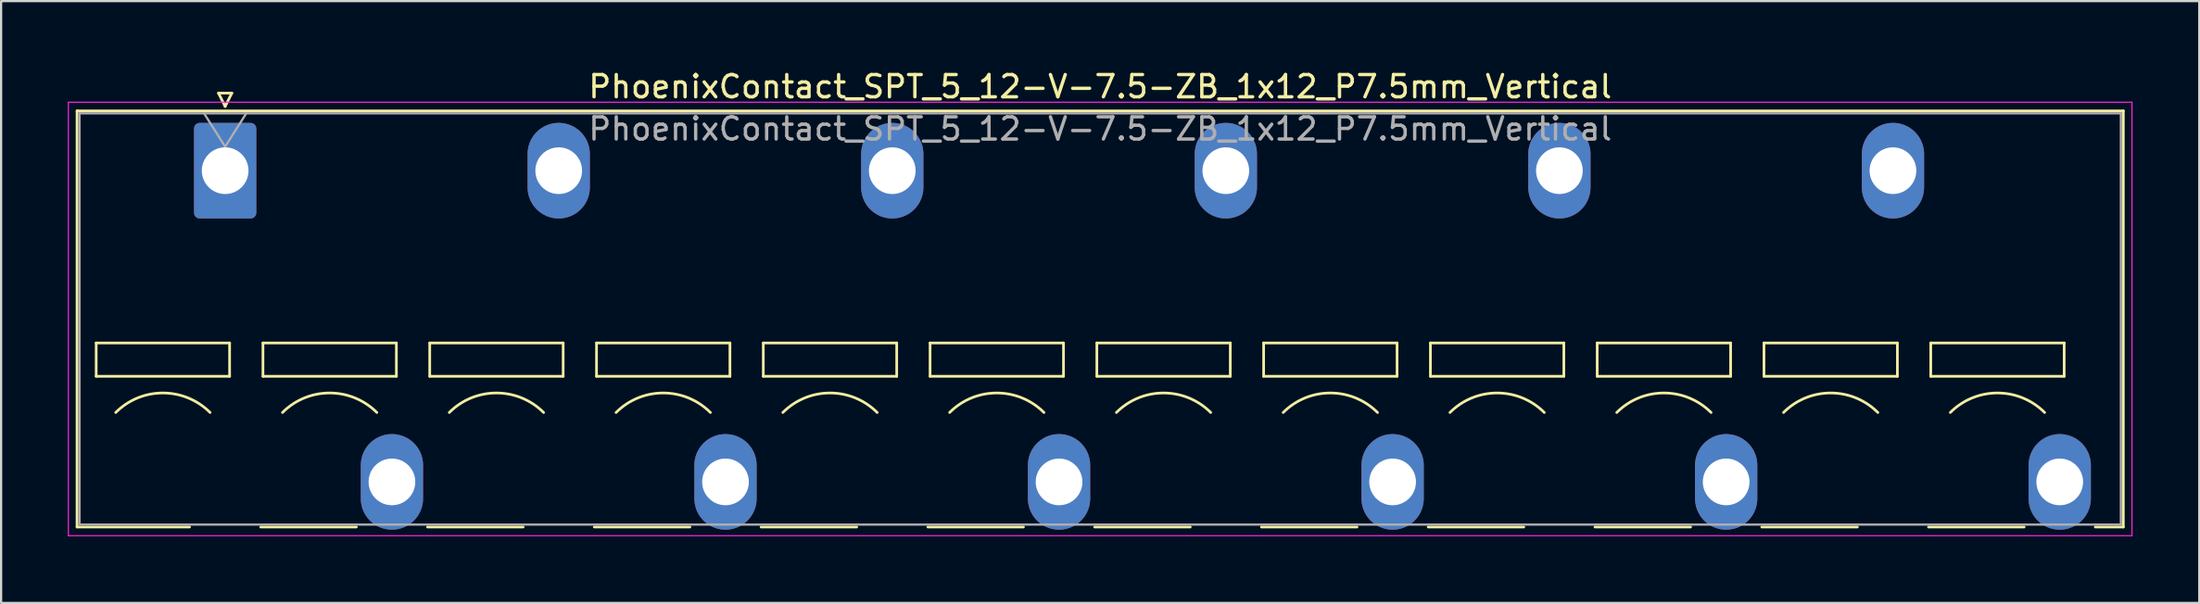
<source format=kicad_pcb>
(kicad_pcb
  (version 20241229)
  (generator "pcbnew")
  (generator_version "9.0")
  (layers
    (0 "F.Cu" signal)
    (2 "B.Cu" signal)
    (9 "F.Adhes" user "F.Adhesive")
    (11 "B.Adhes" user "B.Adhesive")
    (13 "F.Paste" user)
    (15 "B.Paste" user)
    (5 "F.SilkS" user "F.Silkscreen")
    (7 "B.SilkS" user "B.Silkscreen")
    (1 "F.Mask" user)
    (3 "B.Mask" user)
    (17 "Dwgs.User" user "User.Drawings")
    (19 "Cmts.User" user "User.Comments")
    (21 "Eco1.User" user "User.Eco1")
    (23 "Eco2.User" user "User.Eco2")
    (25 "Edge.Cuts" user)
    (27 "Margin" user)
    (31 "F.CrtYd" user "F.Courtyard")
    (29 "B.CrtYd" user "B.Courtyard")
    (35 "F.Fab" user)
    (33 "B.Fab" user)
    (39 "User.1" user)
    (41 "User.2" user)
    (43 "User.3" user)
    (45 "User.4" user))
  (footprint "PhoenixContact_SPT_5_12-V-7.5-ZB_1x12_P7.5mm_Vertical"
    (layer "F.Cu")
    (at 7.075 4.628)
    (property "Reference" "PhoenixContact_SPT_5_12-V-7.5-ZB_1x12_P7.5mm_Vertical" (at 39.35 -3.78 0) (layer "F.SilkS") (effects (font (size 1 1) (thickness 0.15))))
    (attr through_hole)
    (fp_line (start -6.66 -2.69) (end 85.36 -2.69) (stroke (width 0.12) (type solid)) (layer "F.SilkS"))
    (fp_line (start -6.66 16.03) (end -6.66 -2.69) (stroke (width 0.12) (type solid)) (layer "F.SilkS"))
    (fp_line (start -6.66 16.03) (end -1.6 16.03) (stroke (width 0.12) (type solid)) (layer "F.SilkS"))
    (fp_line (start -5.8 7.75) (end -5.8 9.25) (stroke (width 0.12) (type solid)) (layer "F.SilkS"))
    (fp_line (start -5.8 9.25) (end 0.2 9.25) (stroke (width 0.12) (type solid)) (layer "F.SilkS"))
    (fp_line (start -0.3 -3.49) (end 0 -2.89) (stroke (width 0.12) (type solid)) (layer "F.SilkS"))
    (fp_line (start -0.3 -3.49) (end 0.3 -3.49) (stroke (width 0.12) (type solid)) (layer "F.SilkS"))
    (fp_line (start 0.2 7.75) (end -5.8 7.75) (stroke (width 0.12) (type solid)) (layer "F.SilkS"))
    (fp_line (start 0.2 9.25) (end 0.2 7.75) (stroke (width 0.12) (type solid)) (layer "F.SilkS"))
    (fp_line (start 0.3 -3.49) (end 0 -2.89) (stroke (width 0.12) (type solid)) (layer "F.SilkS"))
    (fp_line (start 1.6 16.03) (end 5.9 16.03) (stroke (width 0.12) (type solid)) (layer "F.SilkS"))
    (fp_line (start 1.7 7.75) (end 1.7 9.25) (stroke (width 0.12) (type solid)) (layer "F.SilkS"))
    (fp_line (start 1.7 9.25) (end 7.7 9.25) (stroke (width 0.12) (type solid)) (layer "F.SilkS"))
    (fp_line (start 7.7 7.75) (end 1.7 7.75) (stroke (width 0.12) (type solid)) (layer "F.SilkS"))
    (fp_line (start 7.7 9.25) (end 7.7 7.75) (stroke (width 0.12) (type solid)) (layer "F.SilkS"))
    (fp_line (start 9.1 16.03) (end 13.4 16.03) (stroke (width 0.12) (type solid)) (layer "F.SilkS"))
    (fp_line (start 9.2 7.75) (end 9.2 9.25) (stroke (width 0.12) (type solid)) (layer "F.SilkS"))
    (fp_line (start 9.2 9.25) (end 15.2 9.25) (stroke (width 0.12) (type solid)) (layer "F.SilkS"))
    (fp_line (start 15.2 7.75) (end 9.2 7.75) (stroke (width 0.12) (type solid)) (layer "F.SilkS"))
    (fp_line (start 15.2 9.25) (end 15.2 7.75) (stroke (width 0.12) (type solid)) (layer "F.SilkS"))
    (fp_line (start 16.6 16.03) (end 20.9 16.03) (stroke (width 0.12) (type solid)) (layer "F.SilkS"))
    (fp_line (start 16.7 7.75) (end 16.7 9.25) (stroke (width 0.12) (type solid)) (layer "F.SilkS"))
    (fp_line (start 16.7 9.25) (end 22.7 9.25) (stroke (width 0.12) (type solid)) (layer "F.SilkS"))
    (fp_line (start 22.7 7.75) (end 16.7 7.75) (stroke (width 0.12) (type solid)) (layer "F.SilkS"))
    (fp_line (start 22.7 9.25) (end 22.7 7.75) (stroke (width 0.12) (type solid)) (layer "F.SilkS"))
    (fp_line (start 24.1 16.03) (end 28.4 16.03) (stroke (width 0.12) (type solid)) (layer "F.SilkS"))
    (fp_line (start 24.2 7.75) (end 24.2 9.25) (stroke (width 0.12) (type solid)) (layer "F.SilkS"))
    (fp_line (start 24.2 9.25) (end 30.2 9.25) (stroke (width 0.12) (type solid)) (layer "F.SilkS"))
    (fp_line (start 30.2 7.75) (end 24.2 7.75) (stroke (width 0.12) (type solid)) (layer "F.SilkS"))
    (fp_line (start 30.2 9.25) (end 30.2 7.75) (stroke (width 0.12) (type solid)) (layer "F.SilkS"))
    (fp_line (start 31.6 16.03) (end 35.9 16.03) (stroke (width 0.12) (type solid)) (layer "F.SilkS"))
    (fp_line (start 31.7 7.75) (end 31.7 9.25) (stroke (width 0.12) (type solid)) (layer "F.SilkS"))
    (fp_line (start 31.7 9.25) (end 37.7 9.25) (stroke (width 0.12) (type solid)) (layer "F.SilkS"))
    (fp_line (start 37.7 7.75) (end 31.7 7.75) (stroke (width 0.12) (type solid)) (layer "F.SilkS"))
    (fp_line (start 37.7 9.25) (end 37.7 7.75) (stroke (width 0.12) (type solid)) (layer "F.SilkS"))
    (fp_line (start 39.1 16.03) (end 43.4 16.03) (stroke (width 0.12) (type solid)) (layer "F.SilkS"))
    (fp_line (start 39.2 7.75) (end 39.2 9.25) (stroke (width 0.12) (type solid)) (layer "F.SilkS"))
    (fp_line (start 39.2 9.25) (end 45.2 9.25) (stroke (width 0.12) (type solid)) (layer "F.SilkS"))
    (fp_line (start 45.2 7.75) (end 39.2 7.75) (stroke (width 0.12) (type solid)) (layer "F.SilkS"))
    (fp_line (start 45.2 9.25) (end 45.2 7.75) (stroke (width 0.12) (type solid)) (layer "F.SilkS"))
    (fp_line (start 46.6 16.03) (end 50.9 16.03) (stroke (width 0.12) (type solid)) (layer "F.SilkS"))
    (fp_line (start 46.7 7.75) (end 46.7 9.25) (stroke (width 0.12) (type solid)) (layer "F.SilkS"))
    (fp_line (start 46.7 9.25) (end 52.7 9.25) (stroke (width 0.12) (type solid)) (layer "F.SilkS"))
    (fp_line (start 52.7 7.75) (end 46.7 7.75) (stroke (width 0.12) (type solid)) (layer "F.SilkS"))
    (fp_line (start 52.7 9.25) (end 52.7 7.75) (stroke (width 0.12) (type solid)) (layer "F.SilkS"))
    (fp_line (start 54.1 16.03) (end 58.4 16.03) (stroke (width 0.12) (type solid)) (layer "F.SilkS"))
    (fp_line (start 54.2 7.75) (end 54.2 9.25) (stroke (width 0.12) (type solid)) (layer "F.SilkS"))
    (fp_line (start 54.2 9.25) (end 60.2 9.25) (stroke (width 0.12) (type solid)) (layer "F.SilkS"))
    (fp_line (start 60.2 7.75) (end 54.2 7.75) (stroke (width 0.12) (type solid)) (layer "F.SilkS"))
    (fp_line (start 60.2 9.25) (end 60.2 7.75) (stroke (width 0.12) (type solid)) (layer "F.SilkS"))
    (fp_line (start 61.6 16.03) (end 65.9 16.03) (stroke (width 0.12) (type solid)) (layer "F.SilkS"))
    (fp_line (start 61.7 7.75) (end 61.7 9.25) (stroke (width 0.12) (type solid)) (layer "F.SilkS"))
    (fp_line (start 61.7 9.25) (end 67.7 9.25) (stroke (width 0.12) (type solid)) (layer "F.SilkS"))
    (fp_line (start 67.7 7.75) (end 61.7 7.75) (stroke (width 0.12) (type solid)) (layer "F.SilkS"))
    (fp_line (start 67.7 9.25) (end 67.7 7.75) (stroke (width 0.12) (type solid)) (layer "F.SilkS"))
    (fp_line (start 69.1 16.03) (end 73.4 16.03) (stroke (width 0.12) (type solid)) (layer "F.SilkS"))
    (fp_line (start 69.2 7.75) (end 69.2 9.25) (stroke (width 0.12) (type solid)) (layer "F.SilkS"))
    (fp_line (start 69.2 9.25) (end 75.2 9.25) (stroke (width 0.12) (type solid)) (layer "F.SilkS"))
    (fp_line (start 75.2 7.75) (end 69.2 7.75) (stroke (width 0.12) (type solid)) (layer "F.SilkS"))
    (fp_line (start 75.2 9.25) (end 75.2 7.75) (stroke (width 0.12) (type solid)) (layer "F.SilkS"))
    (fp_line (start 76.6 16.03) (end 80.9 16.03) (stroke (width 0.12) (type solid)) (layer "F.SilkS"))
    (fp_line (start 76.7 7.75) (end 76.7 9.25) (stroke (width 0.12) (type solid)) (layer "F.SilkS"))
    (fp_line (start 76.7 9.25) (end 82.7 9.25) (stroke (width 0.12) (type solid)) (layer "F.SilkS"))
    (fp_line (start 82.7 7.75) (end 76.7 7.75) (stroke (width 0.12) (type solid)) (layer "F.SilkS"))
    (fp_line (start 82.7 9.25) (end 82.7 7.75) (stroke (width 0.12) (type solid)) (layer "F.SilkS"))
    (fp_line (start 84.1 16.03) (end 85.36 16.03) (stroke (width 0.12) (type solid)) (layer "F.SilkS"))
    (fp_line (start 85.36 -2.69) (end 85.36 16.03) (stroke (width 0.12) (type solid)) (layer "F.SilkS"))
    (fp_arc (start -4.92132 10.87868) (mid -2.8 10) (end -0.67868 10.87868) (stroke (width 0.12) (type solid)) (layer "F.SilkS"))
    (fp_arc (start 2.57868 10.87868) (mid 4.7 10) (end 6.82132 10.87868) (stroke (width 0.12) (type solid)) (layer "F.SilkS"))
    (fp_arc (start 10.07868 10.87868) (mid 12.2 10) (end 14.32132 10.87868) (stroke (width 0.12) (type solid)) (layer "F.SilkS"))
    (fp_arc (start 17.57868 10.87868) (mid 19.7 10) (end 21.82132 10.87868) (stroke (width 0.12) (type solid)) (layer "F.SilkS"))
    (fp_arc (start 25.07868 10.87868) (mid 27.2 10) (end 29.32132 10.87868) (stroke (width 0.12) (type solid)) (layer "F.SilkS"))
    (fp_arc (start 32.57868 10.87868) (mid 34.7 10) (end 36.82132 10.87868) (stroke (width 0.12) (type solid)) (layer "F.SilkS"))
    (fp_arc (start 40.07868 10.87868) (mid 42.2 10) (end 44.32132 10.87868) (stroke (width 0.12) (type solid)) (layer "F.SilkS"))
    (fp_arc (start 47.57868 10.87868) (mid 49.7 10) (end 51.82132 10.87868) (stroke (width 0.12) (type solid)) (layer "F.SilkS"))
    (fp_arc (start 55.07868 10.87868) (mid 57.2 10) (end 59.32132 10.87868) (stroke (width 0.12) (type solid)) (layer "F.SilkS"))
    (fp_arc (start 62.57868 10.87868) (mid 64.7 10) (end 66.82132 10.87868) (stroke (width 0.12) (type solid)) (layer "F.SilkS"))
    (fp_arc (start 70.07868 10.87868) (mid 72.2 10) (end 74.32132 10.87868) (stroke (width 0.12) (type solid)) (layer "F.SilkS"))
    (fp_arc (start 77.57868 10.87868) (mid 79.7 10) (end 81.82132 10.87868) (stroke (width 0.12) (type solid)) (layer "F.SilkS"))
    (fp_line (start -7.05 -3.08) (end -7.05 16.42) (stroke (width 0.05) (type solid)) (layer "F.CrtYd"))
    (fp_line (start -7.05 16.42) (end 85.75 16.42) (stroke (width 0.05) (type solid)) (layer "F.CrtYd"))
    (fp_line (start 85.75 -3.08) (end -7.05 -3.08) (stroke (width 0.05) (type solid)) (layer "F.CrtYd"))
    (fp_line (start 85.75 16.42) (end 85.75 -3.08) (stroke (width 0.05) (type solid)) (layer "F.CrtYd"))
    (fp_line (start -6.55 -2.58) (end -6.55 15.92) (stroke (width 0.1) (type solid)) (layer "F.Fab"))
    (fp_line (start -6.55 15.92) (end 85.25 15.92) (stroke (width 0.1) (type solid)) (layer "F.Fab"))
    (fp_line (start -0.95 -2.58) (end 0 -1.08) (stroke (width 0.1) (type solid)) (layer "F.Fab"))
    (fp_line (start 0.95 -2.58) (end 0 -1.08) (stroke (width 0.1) (type solid)) (layer "F.Fab"))
    (fp_line (start 85.25 -2.58) (end -6.55 -2.58) (stroke (width 0.1) (type solid)) (layer "F.Fab"))
    (fp_line (start 85.25 15.92) (end 85.25 -2.58) (stroke (width 0.1) (type solid)) (layer "F.Fab"))
    (fp_text user "${REFERENCE}" (at 39.35 -1.88 0) (layer "F.Fab") (effects (font (size 1 1) (thickness 0.15))))
    (pad "1" thru_hole roundrect (at 0 0) (size 2.8 4.3) (drill 2.1) (layers "*.Cu" "*.Mask") (roundrect_rratio 0.089))
    (pad "2" thru_hole oval (at 7.5 14) (size 2.8 4.3) (drill 2.1) (layers "*.Cu" "*.Mask"))
    (pad "3" thru_hole oval (at 15 0) (size 2.8 4.3) (drill 2.1) (layers "*.Cu" "*.Mask"))
    (pad "4" thru_hole oval (at 22.5 14) (size 2.8 4.3) (drill 2.1) (layers "*.Cu" "*.Mask"))
    (pad "5" thru_hole oval (at 30 0) (size 2.8 4.3) (drill 2.1) (layers "*.Cu" "*.Mask"))
    (pad "6" thru_hole oval (at 37.5 14) (size 2.8 4.3) (drill 2.1) (layers "*.Cu" "*.Mask"))
    (pad "7" thru_hole oval (at 45 0) (size 2.8 4.3) (drill 2.1) (layers "*.Cu" "*.Mask"))
    (pad "8" thru_hole oval (at 52.5 14) (size 2.8 4.3) (drill 2.1) (layers "*.Cu" "*.Mask"))
    (pad "9" thru_hole oval (at 60 0) (size 2.8 4.3) (drill 2.1) (layers "*.Cu" "*.Mask"))
    (pad "10" thru_hole oval (at 67.5 14) (size 2.8 4.3) (drill 2.1) (layers "*.Cu" "*.Mask"))
    (pad "11" thru_hole oval (at 75 0) (size 2.8 4.3) (drill 2.1) (layers "*.Cu" "*.Mask"))
    (pad "12" thru_hole oval (at 82.5 14) (size 2.8 4.3) (drill 2.1) (layers "*.Cu" "*.Mask")))
  (gr_rect
    (start -3 -3)
    (end 95.85 24.073)
    (stroke (width 0.1) (type default))
    (fill no)
    (layer "Edge.Cuts")))
</source>
